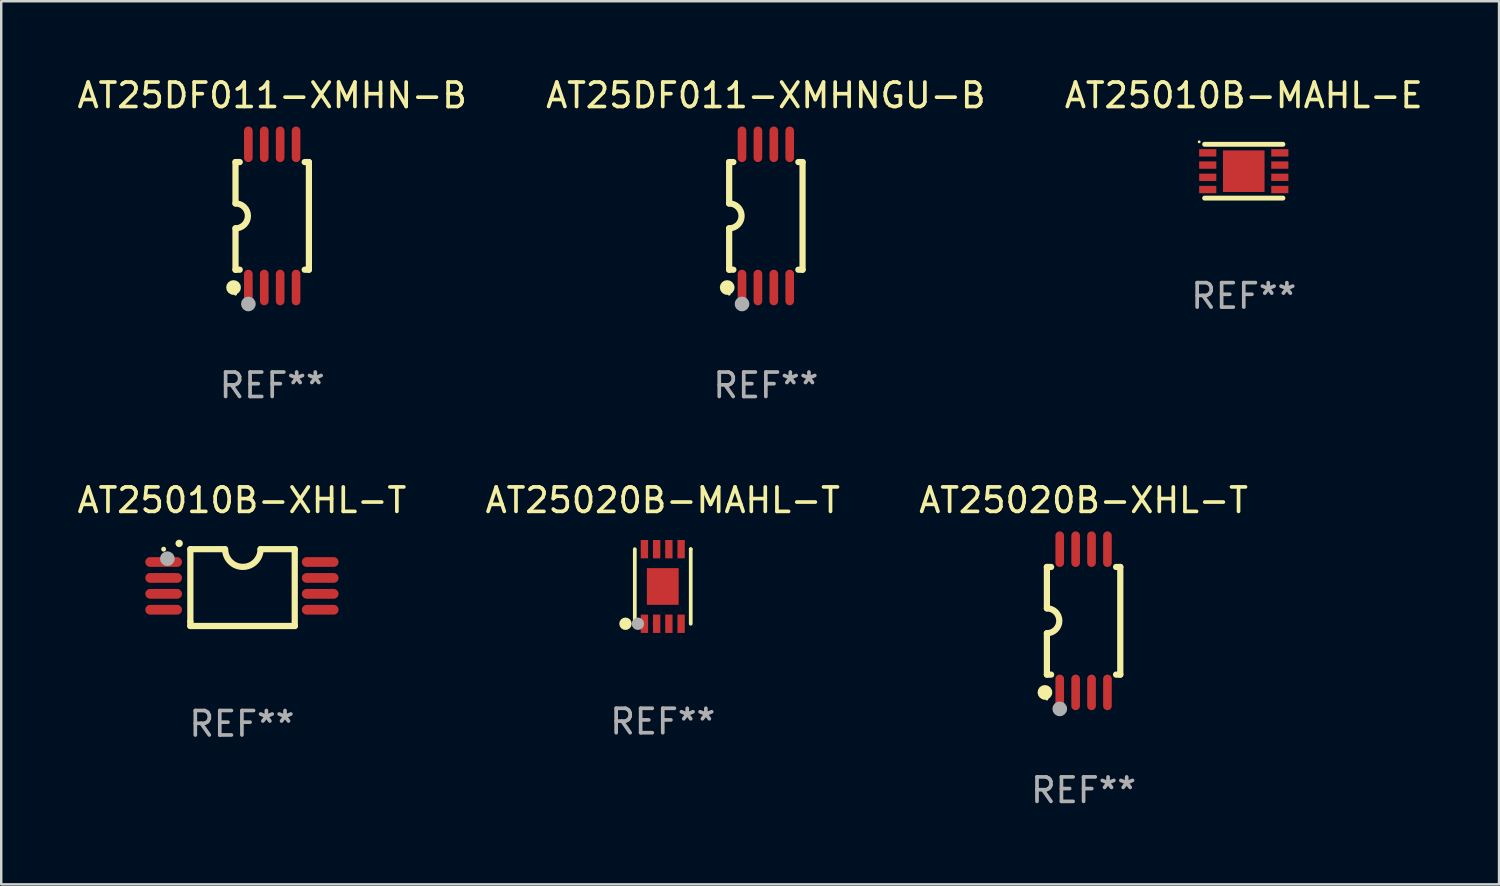
<source format=kicad_pcb>
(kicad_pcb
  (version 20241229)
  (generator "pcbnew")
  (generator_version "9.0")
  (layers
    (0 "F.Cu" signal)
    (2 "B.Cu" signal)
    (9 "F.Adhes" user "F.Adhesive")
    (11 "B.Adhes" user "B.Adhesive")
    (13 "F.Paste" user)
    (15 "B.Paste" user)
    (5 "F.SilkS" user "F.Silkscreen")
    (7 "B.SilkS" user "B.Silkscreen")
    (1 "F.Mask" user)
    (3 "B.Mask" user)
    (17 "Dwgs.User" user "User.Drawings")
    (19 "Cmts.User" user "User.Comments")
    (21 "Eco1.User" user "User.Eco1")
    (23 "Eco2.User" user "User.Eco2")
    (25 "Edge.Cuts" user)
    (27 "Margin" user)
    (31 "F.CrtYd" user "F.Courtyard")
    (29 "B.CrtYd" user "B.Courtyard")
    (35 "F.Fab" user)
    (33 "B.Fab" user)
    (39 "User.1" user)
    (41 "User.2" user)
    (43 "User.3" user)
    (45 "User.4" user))
  (footprint "AT25DF011-XMHNGU-B"
    (layer "F.Cu")
    (at 28.256 5.775)
    (property "Reference" "AT25DF011-XMHNGU-B" (at 0 -4.927 0) (layer "F.SilkS") (effects (font (size 1 1) (thickness 0.15))))
    (attr through_hole)
    (fp_line (start -1.5 -2.2) (end -1.5 -0.508) (stroke (width 0.254) (type solid)) (layer "F.SilkS"))
    (fp_line (start -1.5 -2.2) (end -1.328 -2.2) (stroke (width 0.254) (type solid)) (layer "F.SilkS"))
    (fp_line (start -1.5 2.2) (end -1.5 0.508) (stroke (width 0.254) (type solid)) (layer "F.SilkS"))
    (fp_line (start -1.5 2.2) (end -1.328 2.2) (stroke (width 0.254) (type solid)) (layer "F.SilkS"))
    (fp_line (start 1.328 -2.2) (end 1.5 -2.2) (stroke (width 0.254) (type solid)) (layer "F.SilkS"))
    (fp_line (start 1.328 2.2) (end 1.5 2.2) (stroke (width 0.254) (type solid)) (layer "F.SilkS"))
    (fp_line (start 1.5 -2.2) (end 1.5 2.2) (stroke (width 0.254) (type solid)) (layer "F.SilkS"))
    (fp_arc (start -1.501144 -0.508) (mid -0.993143 -0.000571) (end -1.5 0.508001) (stroke (width 0.254001) (type solid)) (layer "F.SilkS"))
    (fp_circle (center -1.581 2.927) (end -1.431 2.927) (stroke (width 0.3) (type solid)) (fill no) (layer "F.SilkS"))
    (fp_circle (center -1.5 3.2) (end -1.47 3.2) (stroke (width 0.06) (type solid)) (fill no) (layer "F.SilkS"))
    (fp_circle (center -0.975 3.6) (end -0.825 3.6) (stroke (width 0.3) (type solid)) (fill no) (layer "F.Fab"))
    (fp_text user "REF**" (at 0 6.927 0) (layer "F.Fab") (effects (font (size 1 1) (thickness 0.15))))
    (pad "1" smd oval (at -0.975 2.927) (size 0.353 1.454) (layers "F.Cu" "F.Mask" "F.Paste"))
    (pad "2" smd oval (at -0.325 2.927) (size 0.353 1.454) (layers "F.Cu" "F.Mask" "F.Paste"))
    (pad "3" smd oval (at 0.325 2.927) (size 0.353 1.454) (layers "F.Cu" "F.Mask" "F.Paste"))
    (pad "4" smd oval (at 0.975 2.927) (size 0.353 1.454) (layers "F.Cu" "F.Mask" "F.Paste"))
    (pad "5" smd oval (at 0.975 -2.927) (size 0.353 1.454) (layers "F.Cu" "F.Mask" "F.Paste"))
    (pad "6" smd oval (at 0.325 -2.927) (size 0.353 1.454) (layers "F.Cu" "F.Mask" "F.Paste"))
    (pad "7" smd oval (at -0.325 -2.927) (size 0.353 1.454) (layers "F.Cu" "F.Mask" "F.Paste"))
    (pad "8" smd oval (at -0.975 -2.927) (size 0.353 1.454) (layers "F.Cu" "F.Mask" "F.Paste")))
  (footprint "AT25020B-XHL-T"
    (layer "F.Cu")
    (at 41.244 22.326)
    (property "Reference" "AT25020B-XHL-T" (at 0 -4.927 0) (layer "F.SilkS") (effects (font (size 1 1) (thickness 0.15))))
    (attr through_hole)
    (fp_line (start -1.5 -2.2) (end -1.5 -0.508) (stroke (width 0.254) (type solid)) (layer "F.SilkS"))
    (fp_line (start -1.5 -2.2) (end -1.328 -2.2) (stroke (width 0.254) (type solid)) (layer "F.SilkS"))
    (fp_line (start -1.5 2.2) (end -1.5 0.508) (stroke (width 0.254) (type solid)) (layer "F.SilkS"))
    (fp_line (start -1.5 2.2) (end -1.328 2.2) (stroke (width 0.254) (type solid)) (layer "F.SilkS"))
    (fp_line (start 1.328 -2.2) (end 1.5 -2.2) (stroke (width 0.254) (type solid)) (layer "F.SilkS"))
    (fp_line (start 1.328 2.2) (end 1.5 2.2) (stroke (width 0.254) (type solid)) (layer "F.SilkS"))
    (fp_line (start 1.5 -2.2) (end 1.5 2.2) (stroke (width 0.254) (type solid)) (layer "F.SilkS"))
    (fp_arc (start -1.501144 -0.508) (mid -0.993143 -0.000571) (end -1.5 0.508001) (stroke (width 0.254001) (type solid)) (layer "F.SilkS"))
    (fp_circle (center -1.581 2.927) (end -1.431 2.927) (stroke (width 0.3) (type solid)) (fill no) (layer "F.SilkS"))
    (fp_circle (center -1.5 3.2) (end -1.47 3.2) (stroke (width 0.06) (type solid)) (fill no) (layer "F.SilkS"))
    (fp_circle (center -0.975 3.6) (end -0.825 3.6) (stroke (width 0.3) (type solid)) (fill no) (layer "F.Fab"))
    (fp_text user "REF**" (at 0 6.927 0) (layer "F.Fab") (effects (font (size 1 1) (thickness 0.15))))
    (pad "1" smd oval (at -0.975 2.927) (size 0.353 1.454) (layers "F.Cu" "F.Mask" "F.Paste"))
    (pad "2" smd oval (at -0.325 2.927) (size 0.353 1.454) (layers "F.Cu" "F.Mask" "F.Paste"))
    (pad "3" smd oval (at 0.325 2.927) (size 0.353 1.454) (layers "F.Cu" "F.Mask" "F.Paste"))
    (pad "4" smd oval (at 0.975 2.927) (size 0.353 1.454) (layers "F.Cu" "F.Mask" "F.Paste"))
    (pad "5" smd oval (at 0.975 -2.927) (size 0.353 1.454) (layers "F.Cu" "F.Mask" "F.Paste"))
    (pad "6" smd oval (at 0.325 -2.927) (size 0.353 1.454) (layers "F.Cu" "F.Mask" "F.Paste"))
    (pad "7" smd oval (at -0.325 -2.927) (size 0.353 1.454) (layers "F.Cu" "F.Mask" "F.Paste"))
    (pad "8" smd oval (at -0.975 -2.927) (size 0.353 1.454) (layers "F.Cu" "F.Mask" "F.Paste")))
  (footprint "AT25010B-MAHL-E"
    (layer "F.Cu")
    (at 47.792 3.948)
    (property "Reference" "AT25010B-MAHL-E" (at 0 -3.1 0) (layer "F.SilkS") (effects (font (size 1 1) (thickness 0.15))))
    (attr through_hole)
    (fp_line (start -1.6 -1.1) (end 1.6 -1.1) (stroke (width 0.2) (type solid)) (layer "F.SilkS"))
    (fp_line (start -1.6 1.1) (end 1.6 1.1) (stroke (width 0.2) (type solid)) (layer "F.SilkS"))
    (fp_circle (center -1.823 -1.2) (end -1.793 -1.2) (stroke (width 0.06) (type solid)) (fill no) (layer "F.SilkS"))
    (fp_text user "REF**" (at 0 5.1 0) (layer "F.Fab") (effects (font (size 1 1) (thickness 0.15))))
    (pad "1" smd rect (at -1.473 -0.75) (size 0.7 0.3) (layers "F.Cu" "F.Mask" "F.Paste"))
    (pad "2" smd rect (at -1.473 -0.25) (size 0.7 0.3) (layers "F.Cu" "F.Mask" "F.Paste"))
    (pad "3" smd rect (at -1.473 0.25) (size 0.7 0.3) (layers "F.Cu" "F.Mask" "F.Paste"))
    (pad "4" smd rect (at -1.473 0.75) (size 0.7 0.3) (layers "F.Cu" "F.Mask" "F.Paste"))
    (pad "5" smd rect (at 1.473 0.75) (size 0.7 0.3) (layers "F.Cu" "F.Mask" "F.Paste"))
    (pad "6" smd rect (at 1.473 0.25) (size 0.7 0.3) (layers "F.Cu" "F.Mask" "F.Paste"))
    (pad "7" smd rect (at 1.473 -0.25) (size 0.7 0.3) (layers "F.Cu" "F.Mask" "F.Paste"))
    (pad "8" smd rect (at 1.473 -0.75) (size 0.7 0.3) (layers "F.Cu" "F.Mask" "F.Paste"))
    (pad "9" smd rect (at -0.001 -0.000254) (size 1.7 1.7) (layers "F.Cu" "F.Mask" "F.Paste")))
  (footprint "AT25010B-XHL-T"
    (layer "F.Cu")
    (at 6.839 20.969)
    (property "Reference" "AT25010B-XHL-T" (at 0 -3.57 0) (layer "F.SilkS") (effects (font (size 1 1) (thickness 0.15))))
    (attr through_hole)
    (fp_line (start -2.108 -1.57) (end -0.711 -1.57) (stroke (width 0.254) (type solid)) (layer "F.SilkS"))
    (fp_line (start -2.108 -1.57) (end -2.108 1.393) (stroke (width 0.254) (type solid)) (layer "F.SilkS"))
    (fp_line (start -2.108 1.393) (end -2.108 1.57) (stroke (width 0.254) (type solid)) (layer "F.SilkS"))
    (fp_line (start -2.108 1.57) (end 2.159 1.57) (stroke (width 0.254) (type solid)) (layer "F.SilkS"))
    (fp_line (start 0.762 -1.57) (end 2.159 -1.57) (stroke (width 0.254) (type solid)) (layer "F.SilkS"))
    (fp_line (start 2.159 1.57) (end 2.159 -1.57) (stroke (width 0.254) (type solid)) (layer "F.SilkS"))
    (fp_arc (start -2.565405 -1.805169) (mid -2.56541 -1.806439) (end -2.565405 -1.807709) (stroke (width 0.3) (type solid)) (layer "F.SilkS"))
    (fp_arc (start 0.762002 -1.570498) (mid 0.0381 -0.846596) (end -0.685802 -1.570498) (stroke (width 0.254001) (type solid)) (layer "F.SilkS"))
    (fp_circle (center -3.2 -1.57) (end -3.15 -1.57) (stroke (width 0.1) (type solid)) (fill no) (layer "F.SilkS"))
    (fp_circle (center -3.048 -1.183) (end -2.898 -1.183) (stroke (width 0.3) (type solid)) (fill no) (layer "F.Fab"))
    (fp_text user "REF**" (at 0 5.57 0) (layer "F.Fab") (effects (font (size 1 1) (thickness 0.15))))
    (pad "1" smd oval (at -3.2 -1.046 90) (size 0.4 1.5) (layers "F.Cu" "F.Mask" "F.Paste"))
    (pad "2" smd oval (at -3.2 -0.395 90) (size 0.4 1.5) (layers "F.Cu" "F.Mask" "F.Paste"))
    (pad "3" smd oval (at -3.2 0.255 90) (size 0.4 1.5) (layers "F.Cu" "F.Mask" "F.Paste"))
    (pad "4" smd oval (at -3.2 0.905 90) (size 0.4 1.5) (layers "F.Cu" "F.Mask" "F.Paste"))
    (pad "5" smd oval (at 3.2 0.905 90) (size 0.4 1.5) (layers "F.Cu" "F.Mask" "F.Paste"))
    (pad "6" smd oval (at 3.2 0.255 90) (size 0.4 1.5) (layers "F.Cu" "F.Mask" "F.Paste"))
    (pad "7" smd oval (at 3.2 -0.395 90) (size 0.4 1.5) (layers "F.Cu" "F.Mask" "F.Paste"))
    (pad "8" smd oval (at 3.2 -1.046 90) (size 0.4 1.5) (layers "F.Cu" "F.Mask" "F.Paste")))
  (footprint "AT25020B-MAHL-T"
    (layer "F.Cu")
    (at 24.042 20.923)
    (property "Reference" "AT25020B-MAHL-T" (at 0 -3.524 0) (layer "F.SilkS") (effects (font (size 1 1) (thickness 0.15))))
    (attr through_hole)
    (fp_line (start -1.143 1.524) (end -1.143 1.524) (stroke (width 0.152) (type solid)) (layer "F.SilkS"))
    (fp_line (start -1.143 1.524) (end -1.143 -1.524) (stroke (width 0.152) (type solid)) (layer "F.SilkS"))
    (fp_line (start 1.143 -1.524) (end 1.143 1.524) (stroke (width 0.152) (type solid)) (layer "F.SilkS"))
    (fp_line (start 1.143 -1.524) (end 1.143 -1.524) (stroke (width 0.152) (type solid)) (layer "F.SilkS"))
    (fp_circle (center -1.524 1.524) (end -1.397 1.524) (stroke (width 0.254) (type solid)) (fill no) (layer "F.SilkS"))
    (fp_circle (center -1 1.5) (end -0.97 1.5) (stroke (width 0.06) (type solid)) (fill no) (layer "F.SilkS"))
    (fp_circle (center -1.016 1.524) (end -0.889 1.524) (stroke (width 0.254) (type solid)) (fill no) (layer "F.Fab"))
    (fp_text user "REF**" (at 0 5.524 0) (layer "F.Fab") (effects (font (size 1 1) (thickness 0.15))))
    (pad "1" smd rect (at -0.75 1.524) (size 0.3 0.75) (layers "F.Cu" "F.Mask" "F.Paste"))
    (pad "2" smd rect (at -0.25 1.524) (size 0.3 0.75) (layers "F.Cu" "F.Mask" "F.Paste"))
    (pad "3" smd rect (at 0.25 1.524) (size 0.3 0.75) (layers "F.Cu" "F.Mask" "F.Paste"))
    (pad "4" smd rect (at 0.75 1.524) (size 0.3 0.75) (layers "F.Cu" "F.Mask" "F.Paste"))
    (pad "5" smd rect (at 0.75 -1.524) (size 0.3 0.75) (layers "F.Cu" "F.Mask" "F.Paste"))
    (pad "6" smd rect (at 0.25 -1.524) (size 0.3 0.75) (layers "F.Cu" "F.Mask" "F.Paste"))
    (pad "7" smd rect (at -0.25 -1.524) (size 0.3 0.75) (layers "F.Cu" "F.Mask" "F.Paste"))
    (pad "8" smd rect (at -0.75 -1.524) (size 0.3 0.75) (layers "F.Cu" "F.Mask" "F.Paste"))
    (pad "9" smd rect (at -0.000254 0) (size 1.3 1.5) (layers "F.Cu" "F.Mask" "F.Paste")))
  (footprint "AT25DF011-XMHN-B"
    (layer "F.Cu")
    (at 8.077 5.775)
    (property "Reference" "AT25DF011-XMHN-B" (at 0 -4.927 0) (layer "F.SilkS") (effects (font (size 1 1) (thickness 0.15))))
    (attr through_hole)
    (fp_line (start -1.5 -2.2) (end -1.5 -0.508) (stroke (width 0.254) (type solid)) (layer "F.SilkS"))
    (fp_line (start -1.5 -2.2) (end -1.328 -2.2) (stroke (width 0.254) (type solid)) (layer "F.SilkS"))
    (fp_line (start -1.5 2.2) (end -1.5 0.508) (stroke (width 0.254) (type solid)) (layer "F.SilkS"))
    (fp_line (start -1.5 2.2) (end -1.328 2.2) (stroke (width 0.254) (type solid)) (layer "F.SilkS"))
    (fp_line (start 1.328 -2.2) (end 1.5 -2.2) (stroke (width 0.254) (type solid)) (layer "F.SilkS"))
    (fp_line (start 1.328 2.2) (end 1.5 2.2) (stroke (width 0.254) (type solid)) (layer "F.SilkS"))
    (fp_line (start 1.5 -2.2) (end 1.5 2.2) (stroke (width 0.254) (type solid)) (layer "F.SilkS"))
    (fp_arc (start -1.501144 -0.508) (mid -0.993143 -0.000571) (end -1.5 0.508001) (stroke (width 0.254001) (type solid)) (layer "F.SilkS"))
    (fp_circle (center -1.581 2.927) (end -1.431 2.927) (stroke (width 0.3) (type solid)) (fill no) (layer "F.SilkS"))
    (fp_circle (center -1.5 3.2) (end -1.47 3.2) (stroke (width 0.06) (type solid)) (fill no) (layer "F.SilkS"))
    (fp_circle (center -0.975 3.6) (end -0.825 3.6) (stroke (width 0.3) (type solid)) (fill no) (layer "F.Fab"))
    (fp_text user "REF**" (at 0 6.927 0) (layer "F.Fab") (effects (font (size 1 1) (thickness 0.15))))
    (pad "1" smd oval (at -0.975 2.927) (size 0.353 1.454) (layers "F.Cu" "F.Mask" "F.Paste"))
    (pad "2" smd oval (at -0.325 2.927) (size 0.353 1.454) (layers "F.Cu" "F.Mask" "F.Paste"))
    (pad "3" smd oval (at 0.325 2.927) (size 0.353 1.454) (layers "F.Cu" "F.Mask" "F.Paste"))
    (pad "4" smd oval (at 0.975 2.927) (size 0.353 1.454) (layers "F.Cu" "F.Mask" "F.Paste"))
    (pad "5" smd oval (at 0.975 -2.927) (size 0.353 1.454) (layers "F.Cu" "F.Mask" "F.Paste"))
    (pad "6" smd oval (at 0.325 -2.927) (size 0.353 1.454) (layers "F.Cu" "F.Mask" "F.Paste"))
    (pad "7" smd oval (at -0.325 -2.927) (size 0.353 1.454) (layers "F.Cu" "F.Mask" "F.Paste"))
    (pad "8" smd oval (at -0.975 -2.927) (size 0.353 1.454) (layers "F.Cu" "F.Mask" "F.Paste")))
  (gr_rect
    (start -3 -3)
    (end 58.226 33.101)
    (stroke (width 0.1) (type default))
    (fill no)
    (layer "Edge.Cuts")))
</source>
